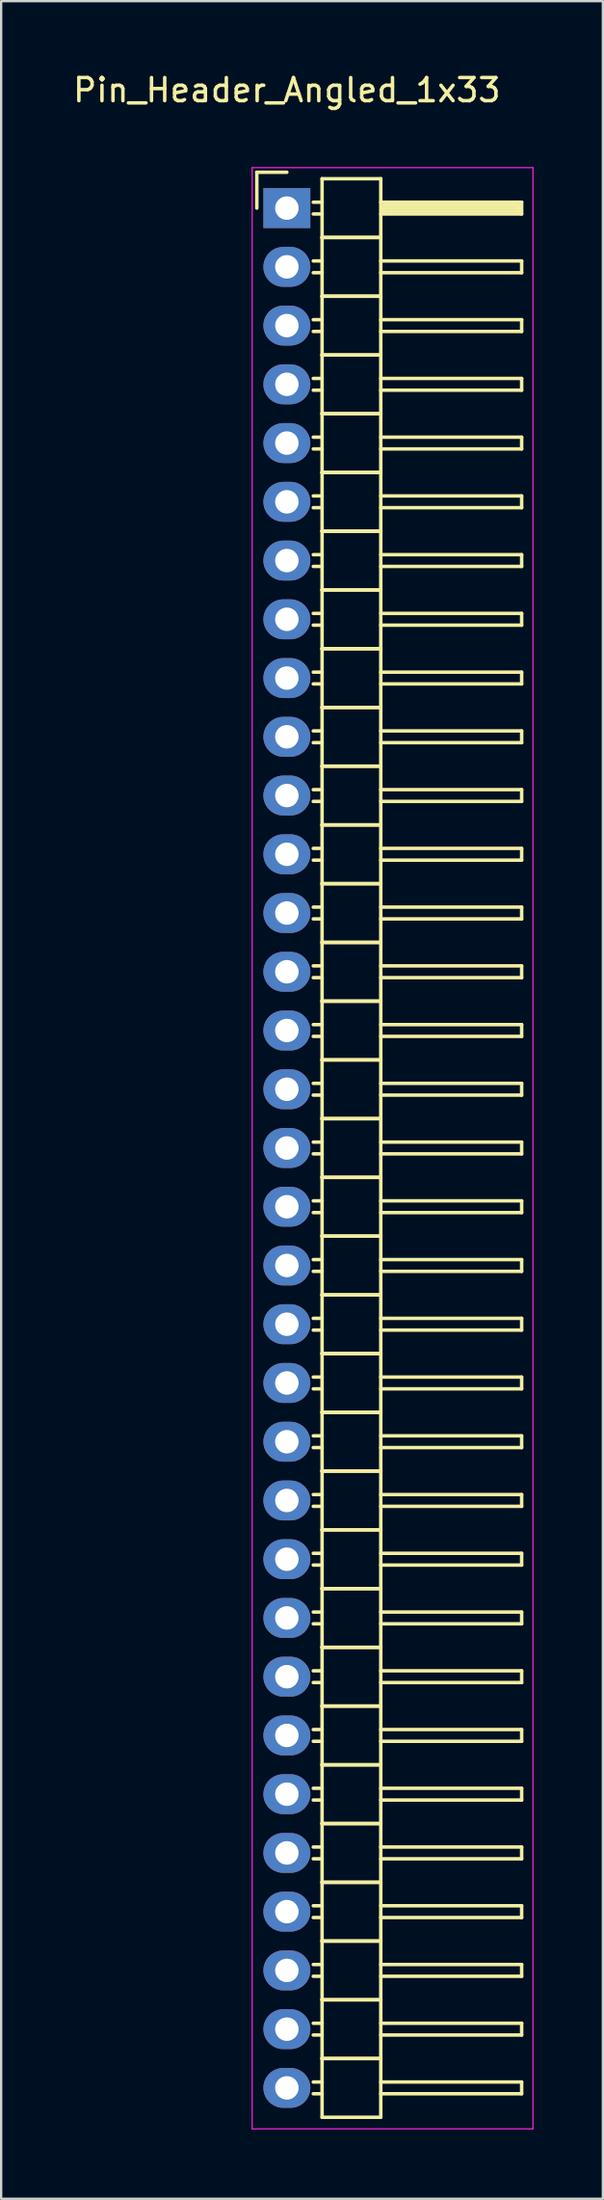
<source format=kicad_pcb>
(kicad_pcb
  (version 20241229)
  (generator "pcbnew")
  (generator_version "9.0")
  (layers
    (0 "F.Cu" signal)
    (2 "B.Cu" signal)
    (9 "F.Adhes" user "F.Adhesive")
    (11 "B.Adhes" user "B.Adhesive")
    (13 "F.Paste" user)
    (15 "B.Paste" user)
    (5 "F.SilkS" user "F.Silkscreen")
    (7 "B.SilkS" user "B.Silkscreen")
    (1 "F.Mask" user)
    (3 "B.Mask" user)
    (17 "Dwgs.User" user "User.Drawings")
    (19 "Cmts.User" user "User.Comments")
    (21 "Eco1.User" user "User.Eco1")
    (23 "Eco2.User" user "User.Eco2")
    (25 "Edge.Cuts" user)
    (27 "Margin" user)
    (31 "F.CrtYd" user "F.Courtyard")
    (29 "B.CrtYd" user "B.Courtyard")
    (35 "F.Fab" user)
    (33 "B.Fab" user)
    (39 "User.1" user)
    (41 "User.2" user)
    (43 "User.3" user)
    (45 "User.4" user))
  (footprint "Pin_Header_Angled_1x33"
    (layer "F.Cu")
    (at 9.363 5.948)
    (property "Reference" "Pin_Header_Angled_1x33" (at 0 -5.1 0) (layer "F.SilkS") (effects (font (size 1 1) (thickness 0.15))))
    (attr through_hole)
    (fp_line (start -1.3 -1.55) (end -1.3 0) (stroke (width 0.15) (type solid)) (layer "F.SilkS"))
    (fp_line (start 0 -1.55) (end -1.3 -1.55) (stroke (width 0.15) (type solid)) (layer "F.SilkS"))
    (fp_line (start 1.524 -1.27) (end 1.524 1.27) (stroke (width 0.15) (type solid)) (layer "F.SilkS"))
    (fp_line (start 1.524 -1.27) (end 4.064 -1.27) (stroke (width 0.15) (type solid)) (layer "F.SilkS"))
    (fp_line (start 1.524 -0.254) (end 1.143 -0.254) (stroke (width 0.15) (type solid)) (layer "F.SilkS"))
    (fp_line (start 1.524 0.254) (end 1.143 0.254) (stroke (width 0.15) (type solid)) (layer "F.SilkS"))
    (fp_line (start 1.524 1.27) (end 1.524 3.81) (stroke (width 0.15) (type solid)) (layer "F.SilkS"))
    (fp_line (start 1.524 1.27) (end 4.064 1.27) (stroke (width 0.15) (type solid)) (layer "F.SilkS"))
    (fp_line (start 1.524 1.27) (end 4.064 1.27) (stroke (width 0.15) (type solid)) (layer "F.SilkS"))
    (fp_line (start 1.524 2.286) (end 1.143 2.286) (stroke (width 0.15) (type solid)) (layer "F.SilkS"))
    (fp_line (start 1.524 2.794) (end 1.143 2.794) (stroke (width 0.15) (type solid)) (layer "F.SilkS"))
    (fp_line (start 1.524 3.81) (end 1.524 6.35) (stroke (width 0.15) (type solid)) (layer "F.SilkS"))
    (fp_line (start 1.524 3.81) (end 4.064 3.81) (stroke (width 0.15) (type solid)) (layer "F.SilkS"))
    (fp_line (start 1.524 3.81) (end 4.064 3.81) (stroke (width 0.15) (type solid)) (layer "F.SilkS"))
    (fp_line (start 1.524 4.826) (end 1.143 4.826) (stroke (width 0.15) (type solid)) (layer "F.SilkS"))
    (fp_line (start 1.524 5.334) (end 1.143 5.334) (stroke (width 0.15) (type solid)) (layer "F.SilkS"))
    (fp_line (start 1.524 6.35) (end 1.524 8.89) (stroke (width 0.15) (type solid)) (layer "F.SilkS"))
    (fp_line (start 1.524 6.35) (end 4.064 6.35) (stroke (width 0.15) (type solid)) (layer "F.SilkS"))
    (fp_line (start 1.524 6.35) (end 4.064 6.35) (stroke (width 0.15) (type solid)) (layer "F.SilkS"))
    (fp_line (start 1.524 7.366) (end 1.143 7.366) (stroke (width 0.15) (type solid)) (layer "F.SilkS"))
    (fp_line (start 1.524 7.874) (end 1.143 7.874) (stroke (width 0.15) (type solid)) (layer "F.SilkS"))
    (fp_line (start 1.524 8.89) (end 1.524 11.43) (stroke (width 0.15) (type solid)) (layer "F.SilkS"))
    (fp_line (start 1.524 8.89) (end 4.064 8.89) (stroke (width 0.15) (type solid)) (layer "F.SilkS"))
    (fp_line (start 1.524 8.89) (end 4.064 8.89) (stroke (width 0.15) (type solid)) (layer "F.SilkS"))
    (fp_line (start 1.524 9.906) (end 1.143 9.906) (stroke (width 0.15) (type solid)) (layer "F.SilkS"))
    (fp_line (start 1.524 10.414) (end 1.143 10.414) (stroke (width 0.15) (type solid)) (layer "F.SilkS"))
    (fp_line (start 1.524 11.43) (end 1.524 13.97) (stroke (width 0.15) (type solid)) (layer "F.SilkS"))
    (fp_line (start 1.524 11.43) (end 4.064 11.43) (stroke (width 0.15) (type solid)) (layer "F.SilkS"))
    (fp_line (start 1.524 11.43) (end 4.064 11.43) (stroke (width 0.15) (type solid)) (layer "F.SilkS"))
    (fp_line (start 1.524 12.446) (end 1.143 12.446) (stroke (width 0.15) (type solid)) (layer "F.SilkS"))
    (fp_line (start 1.524 12.954) (end 1.143 12.954) (stroke (width 0.15) (type solid)) (layer "F.SilkS"))
    (fp_line (start 1.524 13.97) (end 1.524 16.51) (stroke (width 0.15) (type solid)) (layer "F.SilkS"))
    (fp_line (start 1.524 13.97) (end 4.064 13.97) (stroke (width 0.15) (type solid)) (layer "F.SilkS"))
    (fp_line (start 1.524 13.97) (end 4.064 13.97) (stroke (width 0.15) (type solid)) (layer "F.SilkS"))
    (fp_line (start 1.524 14.986) (end 1.143 14.986) (stroke (width 0.15) (type solid)) (layer "F.SilkS"))
    (fp_line (start 1.524 15.494) (end 1.143 15.494) (stroke (width 0.15) (type solid)) (layer "F.SilkS"))
    (fp_line (start 1.524 16.51) (end 1.524 19.05) (stroke (width 0.15) (type solid)) (layer "F.SilkS"))
    (fp_line (start 1.524 16.51) (end 4.064 16.51) (stroke (width 0.15) (type solid)) (layer "F.SilkS"))
    (fp_line (start 1.524 16.51) (end 4.064 16.51) (stroke (width 0.15) (type solid)) (layer "F.SilkS"))
    (fp_line (start 1.524 17.526) (end 1.143 17.526) (stroke (width 0.15) (type solid)) (layer "F.SilkS"))
    (fp_line (start 1.524 18.034) (end 1.143 18.034) (stroke (width 0.15) (type solid)) (layer "F.SilkS"))
    (fp_line (start 1.524 19.05) (end 1.524 21.59) (stroke (width 0.15) (type solid)) (layer "F.SilkS"))
    (fp_line (start 1.524 19.05) (end 4.064 19.05) (stroke (width 0.15) (type solid)) (layer "F.SilkS"))
    (fp_line (start 1.524 19.05) (end 4.064 19.05) (stroke (width 0.15) (type solid)) (layer "F.SilkS"))
    (fp_line (start 1.524 20.066) (end 1.143 20.066) (stroke (width 0.15) (type solid)) (layer "F.SilkS"))
    (fp_line (start 1.524 20.574) (end 1.143 20.574) (stroke (width 0.15) (type solid)) (layer "F.SilkS"))
    (fp_line (start 1.524 21.59) (end 1.524 24.13) (stroke (width 0.15) (type solid)) (layer "F.SilkS"))
    (fp_line (start 1.524 21.59) (end 4.064 21.59) (stroke (width 0.15) (type solid)) (layer "F.SilkS"))
    (fp_line (start 1.524 21.59) (end 4.064 21.59) (stroke (width 0.15) (type solid)) (layer "F.SilkS"))
    (fp_line (start 1.524 22.606) (end 1.143 22.606) (stroke (width 0.15) (type solid)) (layer "F.SilkS"))
    (fp_line (start 1.524 23.114) (end 1.143 23.114) (stroke (width 0.15) (type solid)) (layer "F.SilkS"))
    (fp_line (start 1.524 24.13) (end 1.524 26.67) (stroke (width 0.15) (type solid)) (layer "F.SilkS"))
    (fp_line (start 1.524 24.13) (end 4.064 24.13) (stroke (width 0.15) (type solid)) (layer "F.SilkS"))
    (fp_line (start 1.524 24.13) (end 4.064 24.13) (stroke (width 0.15) (type solid)) (layer "F.SilkS"))
    (fp_line (start 1.524 25.146) (end 1.143 25.146) (stroke (width 0.15) (type solid)) (layer "F.SilkS"))
    (fp_line (start 1.524 25.654) (end 1.143 25.654) (stroke (width 0.15) (type solid)) (layer "F.SilkS"))
    (fp_line (start 1.524 26.67) (end 1.524 29.21) (stroke (width 0.15) (type solid)) (layer "F.SilkS"))
    (fp_line (start 1.524 26.67) (end 4.064 26.67) (stroke (width 0.15) (type solid)) (layer "F.SilkS"))
    (fp_line (start 1.524 26.67) (end 4.064 26.67) (stroke (width 0.15) (type solid)) (layer "F.SilkS"))
    (fp_line (start 1.524 27.686) (end 1.143 27.686) (stroke (width 0.15) (type solid)) (layer "F.SilkS"))
    (fp_line (start 1.524 28.194) (end 1.143 28.194) (stroke (width 0.15) (type solid)) (layer "F.SilkS"))
    (fp_line (start 1.524 29.21) (end 1.524 31.75) (stroke (width 0.15) (type solid)) (layer "F.SilkS"))
    (fp_line (start 1.524 29.21) (end 4.064 29.21) (stroke (width 0.15) (type solid)) (layer "F.SilkS"))
    (fp_line (start 1.524 29.21) (end 4.064 29.21) (stroke (width 0.15) (type solid)) (layer "F.SilkS"))
    (fp_line (start 1.524 30.226) (end 1.143 30.226) (stroke (width 0.15) (type solid)) (layer "F.SilkS"))
    (fp_line (start 1.524 30.734) (end 1.143 30.734) (stroke (width 0.15) (type solid)) (layer "F.SilkS"))
    (fp_line (start 1.524 31.75) (end 1.524 34.29) (stroke (width 0.15) (type solid)) (layer "F.SilkS"))
    (fp_line (start 1.524 31.75) (end 4.064 31.75) (stroke (width 0.15) (type solid)) (layer "F.SilkS"))
    (fp_line (start 1.524 31.75) (end 4.064 31.75) (stroke (width 0.15) (type solid)) (layer "F.SilkS"))
    (fp_line (start 1.524 32.766) (end 1.143 32.766) (stroke (width 0.15) (type solid)) (layer "F.SilkS"))
    (fp_line (start 1.524 33.274) (end 1.143 33.274) (stroke (width 0.15) (type solid)) (layer "F.SilkS"))
    (fp_line (start 1.524 34.29) (end 1.524 36.83) (stroke (width 0.15) (type solid)) (layer "F.SilkS"))
    (fp_line (start 1.524 34.29) (end 4.064 34.29) (stroke (width 0.15) (type solid)) (layer "F.SilkS"))
    (fp_line (start 1.524 34.29) (end 4.064 34.29) (stroke (width 0.15) (type solid)) (layer "F.SilkS"))
    (fp_line (start 1.524 35.306) (end 1.143 35.306) (stroke (width 0.15) (type solid)) (layer "F.SilkS"))
    (fp_line (start 1.524 35.814) (end 1.143 35.814) (stroke (width 0.15) (type solid)) (layer "F.SilkS"))
    (fp_line (start 1.524 36.83) (end 1.524 39.37) (stroke (width 0.15) (type solid)) (layer "F.SilkS"))
    (fp_line (start 1.524 36.83) (end 4.064 36.83) (stroke (width 0.15) (type solid)) (layer "F.SilkS"))
    (fp_line (start 1.524 36.83) (end 4.064 36.83) (stroke (width 0.15) (type solid)) (layer "F.SilkS"))
    (fp_line (start 1.524 37.846) (end 1.143 37.846) (stroke (width 0.15) (type solid)) (layer "F.SilkS"))
    (fp_line (start 1.524 38.354) (end 1.143 38.354) (stroke (width 0.15) (type solid)) (layer "F.SilkS"))
    (fp_line (start 1.524 39.37) (end 1.524 41.91) (stroke (width 0.15) (type solid)) (layer "F.SilkS"))
    (fp_line (start 1.524 39.37) (end 4.064 39.37) (stroke (width 0.15) (type solid)) (layer "F.SilkS"))
    (fp_line (start 1.524 39.37) (end 4.064 39.37) (stroke (width 0.15) (type solid)) (layer "F.SilkS"))
    (fp_line (start 1.524 40.386) (end 1.143 40.386) (stroke (width 0.15) (type solid)) (layer "F.SilkS"))
    (fp_line (start 1.524 40.894) (end 1.143 40.894) (stroke (width 0.15) (type solid)) (layer "F.SilkS"))
    (fp_line (start 1.524 41.91) (end 1.524 44.45) (stroke (width 0.15) (type solid)) (layer "F.SilkS"))
    (fp_line (start 1.524 41.91) (end 4.064 41.91) (stroke (width 0.15) (type solid)) (layer "F.SilkS"))
    (fp_line (start 1.524 41.91) (end 4.064 41.91) (stroke (width 0.15) (type solid)) (layer "F.SilkS"))
    (fp_line (start 1.524 42.926) (end 1.143 42.926) (stroke (width 0.15) (type solid)) (layer "F.SilkS"))
    (fp_line (start 1.524 43.434) (end 1.143 43.434) (stroke (width 0.15) (type solid)) (layer "F.SilkS"))
    (fp_line (start 1.524 44.45) (end 1.524 46.99) (stroke (width 0.15) (type solid)) (layer "F.SilkS"))
    (fp_line (start 1.524 44.45) (end 4.064 44.45) (stroke (width 0.15) (type solid)) (layer "F.SilkS"))
    (fp_line (start 1.524 44.45) (end 4.064 44.45) (stroke (width 0.15) (type solid)) (layer "F.SilkS"))
    (fp_line (start 1.524 45.466) (end 1.143 45.466) (stroke (width 0.15) (type solid)) (layer "F.SilkS"))
    (fp_line (start 1.524 45.974) (end 1.143 45.974) (stroke (width 0.15) (type solid)) (layer "F.SilkS"))
    (fp_line (start 1.524 46.99) (end 1.524 49.53) (stroke (width 0.15) (type solid)) (layer "F.SilkS"))
    (fp_line (start 1.524 46.99) (end 4.064 46.99) (stroke (width 0.15) (type solid)) (layer "F.SilkS"))
    (fp_line (start 1.524 46.99) (end 4.064 46.99) (stroke (width 0.15) (type solid)) (layer "F.SilkS"))
    (fp_line (start 1.524 48.006) (end 1.143 48.006) (stroke (width 0.15) (type solid)) (layer "F.SilkS"))
    (fp_line (start 1.524 48.514) (end 1.143 48.514) (stroke (width 0.15) (type solid)) (layer "F.SilkS"))
    (fp_line (start 1.524 49.53) (end 1.524 52.07) (stroke (width 0.15) (type solid)) (layer "F.SilkS"))
    (fp_line (start 1.524 49.53) (end 4.064 49.53) (stroke (width 0.15) (type solid)) (layer "F.SilkS"))
    (fp_line (start 1.524 49.53) (end 4.064 49.53) (stroke (width 0.15) (type solid)) (layer "F.SilkS"))
    (fp_line (start 1.524 50.546) (end 1.143 50.546) (stroke (width 0.15) (type solid)) (layer "F.SilkS"))
    (fp_line (start 1.524 51.054) (end 1.143 51.054) (stroke (width 0.15) (type solid)) (layer "F.SilkS"))
    (fp_line (start 1.524 52.07) (end 1.524 54.61) (stroke (width 0.15) (type solid)) (layer "F.SilkS"))
    (fp_line (start 1.524 52.07) (end 4.064 52.07) (stroke (width 0.15) (type solid)) (layer "F.SilkS"))
    (fp_line (start 1.524 52.07) (end 4.064 52.07) (stroke (width 0.15) (type solid)) (layer "F.SilkS"))
    (fp_line (start 1.524 53.086) (end 1.143 53.086) (stroke (width 0.15) (type solid)) (layer "F.SilkS"))
    (fp_line (start 1.524 53.594) (end 1.143 53.594) (stroke (width 0.15) (type solid)) (layer "F.SilkS"))
    (fp_line (start 1.524 54.61) (end 1.524 57.15) (stroke (width 0.15) (type solid)) (layer "F.SilkS"))
    (fp_line (start 1.524 54.61) (end 4.064 54.61) (stroke (width 0.15) (type solid)) (layer "F.SilkS"))
    (fp_line (start 1.524 54.61) (end 4.064 54.61) (stroke (width 0.15) (type solid)) (layer "F.SilkS"))
    (fp_line (start 1.524 55.626) (end 1.143 55.626) (stroke (width 0.15) (type solid)) (layer "F.SilkS"))
    (fp_line (start 1.524 56.134) (end 1.143 56.134) (stroke (width 0.15) (type solid)) (layer "F.SilkS"))
    (fp_line (start 1.524 57.15) (end 1.524 59.69) (stroke (width 0.15) (type solid)) (layer "F.SilkS"))
    (fp_line (start 1.524 57.15) (end 4.064 57.15) (stroke (width 0.15) (type solid)) (layer "F.SilkS"))
    (fp_line (start 1.524 57.15) (end 4.064 57.15) (stroke (width 0.15) (type solid)) (layer "F.SilkS"))
    (fp_line (start 1.524 58.166) (end 1.143 58.166) (stroke (width 0.15) (type solid)) (layer "F.SilkS"))
    (fp_line (start 1.524 58.674) (end 1.143 58.674) (stroke (width 0.15) (type solid)) (layer "F.SilkS"))
    (fp_line (start 1.524 59.69) (end 1.524 62.23) (stroke (width 0.15) (type solid)) (layer "F.SilkS"))
    (fp_line (start 1.524 59.69) (end 4.064 59.69) (stroke (width 0.15) (type solid)) (layer "F.SilkS"))
    (fp_line (start 1.524 59.69) (end 4.064 59.69) (stroke (width 0.15) (type solid)) (layer "F.SilkS"))
    (fp_line (start 1.524 60.706) (end 1.143 60.706) (stroke (width 0.15) (type solid)) (layer "F.SilkS"))
    (fp_line (start 1.524 61.214) (end 1.143 61.214) (stroke (width 0.15) (type solid)) (layer "F.SilkS"))
    (fp_line (start 1.524 62.23) (end 1.524 64.77) (stroke (width 0.15) (type solid)) (layer "F.SilkS"))
    (fp_line (start 1.524 62.23) (end 4.064 62.23) (stroke (width 0.15) (type solid)) (layer "F.SilkS"))
    (fp_line (start 1.524 62.23) (end 4.064 62.23) (stroke (width 0.15) (type solid)) (layer "F.SilkS"))
    (fp_line (start 1.524 63.246) (end 1.143 63.246) (stroke (width 0.15) (type solid)) (layer "F.SilkS"))
    (fp_line (start 1.524 63.754) (end 1.143 63.754) (stroke (width 0.15) (type solid)) (layer "F.SilkS"))
    (fp_line (start 1.524 64.77) (end 1.524 67.31) (stroke (width 0.15) (type solid)) (layer "F.SilkS"))
    (fp_line (start 1.524 64.77) (end 4.064 64.77) (stroke (width 0.15) (type solid)) (layer "F.SilkS"))
    (fp_line (start 1.524 64.77) (end 4.064 64.77) (stroke (width 0.15) (type solid)) (layer "F.SilkS"))
    (fp_line (start 1.524 65.786) (end 1.143 65.786) (stroke (width 0.15) (type solid)) (layer "F.SilkS"))
    (fp_line (start 1.524 66.294) (end 1.143 66.294) (stroke (width 0.15) (type solid)) (layer "F.SilkS"))
    (fp_line (start 1.524 67.31) (end 1.524 69.85) (stroke (width 0.15) (type solid)) (layer "F.SilkS"))
    (fp_line (start 1.524 67.31) (end 4.064 67.31) (stroke (width 0.15) (type solid)) (layer "F.SilkS"))
    (fp_line (start 1.524 67.31) (end 4.064 67.31) (stroke (width 0.15) (type solid)) (layer "F.SilkS"))
    (fp_line (start 1.524 68.326) (end 1.143 68.326) (stroke (width 0.15) (type solid)) (layer "F.SilkS"))
    (fp_line (start 1.524 68.834) (end 1.143 68.834) (stroke (width 0.15) (type solid)) (layer "F.SilkS"))
    (fp_line (start 1.524 69.85) (end 1.524 72.39) (stroke (width 0.15) (type solid)) (layer "F.SilkS"))
    (fp_line (start 1.524 69.85) (end 4.064 69.85) (stroke (width 0.15) (type solid)) (layer "F.SilkS"))
    (fp_line (start 1.524 69.85) (end 4.064 69.85) (stroke (width 0.15) (type solid)) (layer "F.SilkS"))
    (fp_line (start 1.524 70.866) (end 1.143 70.866) (stroke (width 0.15) (type solid)) (layer "F.SilkS"))
    (fp_line (start 1.524 71.374) (end 1.143 71.374) (stroke (width 0.15) (type solid)) (layer "F.SilkS"))
    (fp_line (start 1.524 72.39) (end 1.524 74.93) (stroke (width 0.15) (type solid)) (layer "F.SilkS"))
    (fp_line (start 1.524 72.39) (end 4.064 72.39) (stroke (width 0.15) (type solid)) (layer "F.SilkS"))
    (fp_line (start 1.524 72.39) (end 4.064 72.39) (stroke (width 0.15) (type solid)) (layer "F.SilkS"))
    (fp_line (start 1.524 73.406) (end 1.143 73.406) (stroke (width 0.15) (type solid)) (layer "F.SilkS"))
    (fp_line (start 1.524 73.914) (end 1.143 73.914) (stroke (width 0.15) (type solid)) (layer "F.SilkS"))
    (fp_line (start 1.524 74.93) (end 1.524 77.47) (stroke (width 0.15) (type solid)) (layer "F.SilkS"))
    (fp_line (start 1.524 74.93) (end 4.064 74.93) (stroke (width 0.15) (type solid)) (layer "F.SilkS"))
    (fp_line (start 1.524 74.93) (end 4.064 74.93) (stroke (width 0.15) (type solid)) (layer "F.SilkS"))
    (fp_line (start 1.524 75.946) (end 1.143 75.946) (stroke (width 0.15) (type solid)) (layer "F.SilkS"))
    (fp_line (start 1.524 76.454) (end 1.143 76.454) (stroke (width 0.15) (type solid)) (layer "F.SilkS"))
    (fp_line (start 1.524 77.47) (end 1.524 80.01) (stroke (width 0.15) (type solid)) (layer "F.SilkS"))
    (fp_line (start 1.524 77.47) (end 4.064 77.47) (stroke (width 0.15) (type solid)) (layer "F.SilkS"))
    (fp_line (start 1.524 77.47) (end 4.064 77.47) (stroke (width 0.15) (type solid)) (layer "F.SilkS"))
    (fp_line (start 1.524 78.486) (end 1.143 78.486) (stroke (width 0.15) (type solid)) (layer "F.SilkS"))
    (fp_line (start 1.524 78.994) (end 1.143 78.994) (stroke (width 0.15) (type solid)) (layer "F.SilkS"))
    (fp_line (start 1.524 80.01) (end 1.524 82.55) (stroke (width 0.15) (type solid)) (layer "F.SilkS"))
    (fp_line (start 1.524 80.01) (end 4.064 80.01) (stroke (width 0.15) (type solid)) (layer "F.SilkS"))
    (fp_line (start 1.524 80.01) (end 4.064 80.01) (stroke (width 0.15) (type solid)) (layer "F.SilkS"))
    (fp_line (start 1.524 81.026) (end 1.143 81.026) (stroke (width 0.15) (type solid)) (layer "F.SilkS"))
    (fp_line (start 1.524 81.534) (end 1.143 81.534) (stroke (width 0.15) (type solid)) (layer "F.SilkS"))
    (fp_line (start 1.524 82.55) (end 4.064 82.55) (stroke (width 0.15) (type solid)) (layer "F.SilkS"))
    (fp_line (start 4.064 -0.254) (end 10.16 -0.254) (stroke (width 0.15) (type solid)) (layer "F.SilkS"))
    (fp_line (start 4.064 1.27) (end 4.064 -1.27) (stroke (width 0.15) (type solid)) (layer "F.SilkS"))
    (fp_line (start 4.064 2.286) (end 10.16 2.286) (stroke (width 0.15) (type solid)) (layer "F.SilkS"))
    (fp_line (start 4.064 3.81) (end 4.064 1.27) (stroke (width 0.15) (type solid)) (layer "F.SilkS"))
    (fp_line (start 4.064 4.826) (end 10.16 4.826) (stroke (width 0.15) (type solid)) (layer "F.SilkS"))
    (fp_line (start 4.064 6.35) (end 4.064 3.81) (stroke (width 0.15) (type solid)) (layer "F.SilkS"))
    (fp_line (start 4.064 7.366) (end 10.16 7.366) (stroke (width 0.15) (type solid)) (layer "F.SilkS"))
    (fp_line (start 4.064 8.89) (end 4.064 6.35) (stroke (width 0.15) (type solid)) (layer "F.SilkS"))
    (fp_line (start 4.064 9.906) (end 10.16 9.906) (stroke (width 0.15) (type solid)) (layer "F.SilkS"))
    (fp_line (start 4.064 11.43) (end 4.064 8.89) (stroke (width 0.15) (type solid)) (layer "F.SilkS"))
    (fp_line (start 4.064 12.446) (end 10.16 12.446) (stroke (width 0.15) (type solid)) (layer "F.SilkS"))
    (fp_line (start 4.064 13.97) (end 4.064 11.43) (stroke (width 0.15) (type solid)) (layer "F.SilkS"))
    (fp_line (start 4.064 14.986) (end 10.16 14.986) (stroke (width 0.15) (type solid)) (layer "F.SilkS"))
    (fp_line (start 4.064 16.51) (end 4.064 13.97) (stroke (width 0.15) (type solid)) (layer "F.SilkS"))
    (fp_line (start 4.064 17.526) (end 10.16 17.526) (stroke (width 0.15) (type solid)) (layer "F.SilkS"))
    (fp_line (start 4.064 19.05) (end 4.064 16.51) (stroke (width 0.15) (type solid)) (layer "F.SilkS"))
    (fp_line (start 4.064 20.066) (end 10.16 20.066) (stroke (width 0.15) (type solid)) (layer "F.SilkS"))
    (fp_line (start 4.064 21.59) (end 4.064 19.05) (stroke (width 0.15) (type solid)) (layer "F.SilkS"))
    (fp_line (start 4.064 22.606) (end 10.16 22.606) (stroke (width 0.15) (type solid)) (layer "F.SilkS"))
    (fp_line (start 4.064 24.13) (end 4.064 21.59) (stroke (width 0.15) (type solid)) (layer "F.SilkS"))
    (fp_line (start 4.064 25.146) (end 10.16 25.146) (stroke (width 0.15) (type solid)) (layer "F.SilkS"))
    (fp_line (start 4.064 26.67) (end 4.064 24.13) (stroke (width 0.15) (type solid)) (layer "F.SilkS"))
    (fp_line (start 4.064 27.686) (end 10.16 27.686) (stroke (width 0.15) (type solid)) (layer "F.SilkS"))
    (fp_line (start 4.064 29.21) (end 4.064 26.67) (stroke (width 0.15) (type solid)) (layer "F.SilkS"))
    (fp_line (start 4.064 30.226) (end 10.16 30.226) (stroke (width 0.15) (type solid)) (layer "F.SilkS"))
    (fp_line (start 4.064 31.75) (end 4.064 29.21) (stroke (width 0.15) (type solid)) (layer "F.SilkS"))
    (fp_line (start 4.064 32.766) (end 10.16 32.766) (stroke (width 0.15) (type solid)) (layer "F.SilkS"))
    (fp_line (start 4.064 34.29) (end 4.064 31.75) (stroke (width 0.15) (type solid)) (layer "F.SilkS"))
    (fp_line (start 4.064 35.306) (end 10.16 35.306) (stroke (width 0.15) (type solid)) (layer "F.SilkS"))
    (fp_line (start 4.064 36.83) (end 4.064 34.29) (stroke (width 0.15) (type solid)) (layer "F.SilkS"))
    (fp_line (start 4.064 37.846) (end 10.16 37.846) (stroke (width 0.15) (type solid)) (layer "F.SilkS"))
    (fp_line (start 4.064 39.37) (end 4.064 36.83) (stroke (width 0.15) (type solid)) (layer "F.SilkS"))
    (fp_line (start 4.064 40.386) (end 10.16 40.386) (stroke (width 0.15) (type solid)) (layer "F.SilkS"))
    (fp_line (start 4.064 41.91) (end 4.064 39.37) (stroke (width 0.15) (type solid)) (layer "F.SilkS"))
    (fp_line (start 4.064 42.926) (end 10.16 42.926) (stroke (width 0.15) (type solid)) (layer "F.SilkS"))
    (fp_line (start 4.064 44.45) (end 4.064 41.91) (stroke (width 0.15) (type solid)) (layer "F.SilkS"))
    (fp_line (start 4.064 45.466) (end 10.16 45.466) (stroke (width 0.15) (type solid)) (layer "F.SilkS"))
    (fp_line (start 4.064 46.99) (end 4.064 44.45) (stroke (width 0.15) (type solid)) (layer "F.SilkS"))
    (fp_line (start 4.064 48.006) (end 10.16 48.006) (stroke (width 0.15) (type solid)) (layer "F.SilkS"))
    (fp_line (start 4.064 49.53) (end 4.064 46.99) (stroke (width 0.15) (type solid)) (layer "F.SilkS"))
    (fp_line (start 4.064 50.546) (end 10.16 50.546) (stroke (width 0.15) (type solid)) (layer "F.SilkS"))
    (fp_line (start 4.064 52.07) (end 4.064 49.53) (stroke (width 0.15) (type solid)) (layer "F.SilkS"))
    (fp_line (start 4.064 53.086) (end 10.16 53.086) (stroke (width 0.15) (type solid)) (layer "F.SilkS"))
    (fp_line (start 4.064 54.61) (end 4.064 52.07) (stroke (width 0.15) (type solid)) (layer "F.SilkS"))
    (fp_line (start 4.064 55.626) (end 10.16 55.626) (stroke (width 0.15) (type solid)) (layer "F.SilkS"))
    (fp_line (start 4.064 57.15) (end 4.064 54.61) (stroke (width 0.15) (type solid)) (layer "F.SilkS"))
    (fp_line (start 4.064 58.166) (end 10.16 58.166) (stroke (width 0.15) (type solid)) (layer "F.SilkS"))
    (fp_line (start 4.064 59.69) (end 4.064 57.15) (stroke (width 0.15) (type solid)) (layer "F.SilkS"))
    (fp_line (start 4.064 60.706) (end 10.16 60.706) (stroke (width 0.15) (type solid)) (layer "F.SilkS"))
    (fp_line (start 4.064 62.23) (end 4.064 59.69) (stroke (width 0.15) (type solid)) (layer "F.SilkS"))
    (fp_line (start 4.064 63.246) (end 10.16 63.246) (stroke (width 0.15) (type solid)) (layer "F.SilkS"))
    (fp_line (start 4.064 64.77) (end 4.064 62.23) (stroke (width 0.15) (type solid)) (layer "F.SilkS"))
    (fp_line (start 4.064 65.786) (end 10.16 65.786) (stroke (width 0.15) (type solid)) (layer "F.SilkS"))
    (fp_line (start 4.064 67.31) (end 4.064 64.77) (stroke (width 0.15) (type solid)) (layer "F.SilkS"))
    (fp_line (start 4.064 68.326) (end 10.16 68.326) (stroke (width 0.15) (type solid)) (layer "F.SilkS"))
    (fp_line (start 4.064 69.85) (end 4.064 67.31) (stroke (width 0.15) (type solid)) (layer "F.SilkS"))
    (fp_line (start 4.064 70.866) (end 10.16 70.866) (stroke (width 0.15) (type solid)) (layer "F.SilkS"))
    (fp_line (start 4.064 72.39) (end 4.064 69.85) (stroke (width 0.15) (type solid)) (layer "F.SilkS"))
    (fp_line (start 4.064 73.406) (end 10.16 73.406) (stroke (width 0.15) (type solid)) (layer "F.SilkS"))
    (fp_line (start 4.064 74.93) (end 4.064 72.39) (stroke (width 0.15) (type solid)) (layer "F.SilkS"))
    (fp_line (start 4.064 75.946) (end 10.16 75.946) (stroke (width 0.15) (type solid)) (layer "F.SilkS"))
    (fp_line (start 4.064 77.47) (end 4.064 74.93) (stroke (width 0.15) (type solid)) (layer "F.SilkS"))
    (fp_line (start 4.064 78.486) (end 10.16 78.486) (stroke (width 0.15) (type solid)) (layer "F.SilkS"))
    (fp_line (start 4.064 80.01) (end 4.064 77.47) (stroke (width 0.15) (type solid)) (layer "F.SilkS"))
    (fp_line (start 4.064 81.026) (end 10.16 81.026) (stroke (width 0.15) (type solid)) (layer "F.SilkS"))
    (fp_line (start 4.064 82.55) (end 4.064 80.01) (stroke (width 0.15) (type solid)) (layer "F.SilkS"))
    (fp_line (start 4.191 -0.127) (end 10.033 -0.127) (stroke (width 0.15) (type solid)) (layer "F.SilkS"))
    (fp_line (start 4.191 0) (end 10.033 0) (stroke (width 0.15) (type solid)) (layer "F.SilkS"))
    (fp_line (start 4.191 0.127) (end 4.191 0) (stroke (width 0.15) (type solid)) (layer "F.SilkS"))
    (fp_line (start 10.033 -0.127) (end 10.033 0.127) (stroke (width 0.15) (type solid)) (layer "F.SilkS"))
    (fp_line (start 10.033 0.127) (end 4.191 0.127) (stroke (width 0.15) (type solid)) (layer "F.SilkS"))
    (fp_line (start 10.16 -0.254) (end 10.16 0.254) (stroke (width 0.15) (type solid)) (layer "F.SilkS"))
    (fp_line (start 10.16 0.254) (end 4.064 0.254) (stroke (width 0.15) (type solid)) (layer "F.SilkS"))
    (fp_line (start 10.16 2.286) (end 10.16 2.794) (stroke (width 0.15) (type solid)) (layer "F.SilkS"))
    (fp_line (start 10.16 2.794) (end 4.064 2.794) (stroke (width 0.15) (type solid)) (layer "F.SilkS"))
    (fp_line (start 10.16 4.826) (end 10.16 5.334) (stroke (width 0.15) (type solid)) (layer "F.SilkS"))
    (fp_line (start 10.16 5.334) (end 4.064 5.334) (stroke (width 0.15) (type solid)) (layer "F.SilkS"))
    (fp_line (start 10.16 7.366) (end 10.16 7.874) (stroke (width 0.15) (type solid)) (layer "F.SilkS"))
    (fp_line (start 10.16 7.874) (end 4.064 7.874) (stroke (width 0.15) (type solid)) (layer "F.SilkS"))
    (fp_line (start 10.16 9.906) (end 10.16 10.414) (stroke (width 0.15) (type solid)) (layer "F.SilkS"))
    (fp_line (start 10.16 10.414) (end 4.064 10.414) (stroke (width 0.15) (type solid)) (layer "F.SilkS"))
    (fp_line (start 10.16 12.446) (end 10.16 12.954) (stroke (width 0.15) (type solid)) (layer "F.SilkS"))
    (fp_line (start 10.16 12.954) (end 4.064 12.954) (stroke (width 0.15) (type solid)) (layer "F.SilkS"))
    (fp_line (start 10.16 14.986) (end 10.16 15.494) (stroke (width 0.15) (type solid)) (layer "F.SilkS"))
    (fp_line (start 10.16 15.494) (end 4.064 15.494) (stroke (width 0.15) (type solid)) (layer "F.SilkS"))
    (fp_line (start 10.16 17.526) (end 10.16 18.034) (stroke (width 0.15) (type solid)) (layer "F.SilkS"))
    (fp_line (start 10.16 18.034) (end 4.064 18.034) (stroke (width 0.15) (type solid)) (layer "F.SilkS"))
    (fp_line (start 10.16 20.066) (end 10.16 20.574) (stroke (width 0.15) (type solid)) (layer "F.SilkS"))
    (fp_line (start 10.16 20.574) (end 4.064 20.574) (stroke (width 0.15) (type solid)) (layer "F.SilkS"))
    (fp_line (start 10.16 22.606) (end 10.16 23.114) (stroke (width 0.15) (type solid)) (layer "F.SilkS"))
    (fp_line (start 10.16 23.114) (end 4.064 23.114) (stroke (width 0.15) (type solid)) (layer "F.SilkS"))
    (fp_line (start 10.16 25.146) (end 10.16 25.654) (stroke (width 0.15) (type solid)) (layer "F.SilkS"))
    (fp_line (start 10.16 25.654) (end 4.064 25.654) (stroke (width 0.15) (type solid)) (layer "F.SilkS"))
    (fp_line (start 10.16 27.686) (end 10.16 28.194) (stroke (width 0.15) (type solid)) (layer "F.SilkS"))
    (fp_line (start 10.16 28.194) (end 4.064 28.194) (stroke (width 0.15) (type solid)) (layer "F.SilkS"))
    (fp_line (start 10.16 30.226) (end 10.16 30.734) (stroke (width 0.15) (type solid)) (layer "F.SilkS"))
    (fp_line (start 10.16 30.734) (end 4.064 30.734) (stroke (width 0.15) (type solid)) (layer "F.SilkS"))
    (fp_line (start 10.16 32.766) (end 10.16 33.274) (stroke (width 0.15) (type solid)) (layer "F.SilkS"))
    (fp_line (start 10.16 33.274) (end 4.064 33.274) (stroke (width 0.15) (type solid)) (layer "F.SilkS"))
    (fp_line (start 10.16 35.306) (end 10.16 35.814) (stroke (width 0.15) (type solid)) (layer "F.SilkS"))
    (fp_line (start 10.16 35.814) (end 4.064 35.814) (stroke (width 0.15) (type solid)) (layer "F.SilkS"))
    (fp_line (start 10.16 37.846) (end 10.16 38.354) (stroke (width 0.15) (type solid)) (layer "F.SilkS"))
    (fp_line (start 10.16 38.354) (end 4.064 38.354) (stroke (width 0.15) (type solid)) (layer "F.SilkS"))
    (fp_line (start 10.16 40.386) (end 10.16 40.894) (stroke (width 0.15) (type solid)) (layer "F.SilkS"))
    (fp_line (start 10.16 40.894) (end 4.064 40.894) (stroke (width 0.15) (type solid)) (layer "F.SilkS"))
    (fp_line (start 10.16 42.926) (end 10.16 43.434) (stroke (width 0.15) (type solid)) (layer "F.SilkS"))
    (fp_line (start 10.16 43.434) (end 4.064 43.434) (stroke (width 0.15) (type solid)) (layer "F.SilkS"))
    (fp_line (start 10.16 45.466) (end 10.16 45.974) (stroke (width 0.15) (type solid)) (layer "F.SilkS"))
    (fp_line (start 10.16 45.974) (end 4.064 45.974) (stroke (width 0.15) (type solid)) (layer "F.SilkS"))
    (fp_line (start 10.16 48.006) (end 10.16 48.514) (stroke (width 0.15) (type solid)) (layer "F.SilkS"))
    (fp_line (start 10.16 48.514) (end 4.064 48.514) (stroke (width 0.15) (type solid)) (layer "F.SilkS"))
    (fp_line (start 10.16 50.546) (end 10.16 51.054) (stroke (width 0.15) (type solid)) (layer "F.SilkS"))
    (fp_line (start 10.16 51.054) (end 4.064 51.054) (stroke (width 0.15) (type solid)) (layer "F.SilkS"))
    (fp_line (start 10.16 53.086) (end 10.16 53.594) (stroke (width 0.15) (type solid)) (layer "F.SilkS"))
    (fp_line (start 10.16 53.594) (end 4.064 53.594) (stroke (width 0.15) (type solid)) (layer "F.SilkS"))
    (fp_line (start 10.16 55.626) (end 10.16 56.134) (stroke (width 0.15) (type solid)) (layer "F.SilkS"))
    (fp_line (start 10.16 56.134) (end 4.064 56.134) (stroke (width 0.15) (type solid)) (layer "F.SilkS"))
    (fp_line (start 10.16 58.166) (end 10.16 58.674) (stroke (width 0.15) (type solid)) (layer "F.SilkS"))
    (fp_line (start 10.16 58.674) (end 4.064 58.674) (stroke (width 0.15) (type solid)) (layer "F.SilkS"))
    (fp_line (start 10.16 60.706) (end 10.16 61.214) (stroke (width 0.15) (type solid)) (layer "F.SilkS"))
    (fp_line (start 10.16 61.214) (end 4.064 61.214) (stroke (width 0.15) (type solid)) (layer "F.SilkS"))
    (fp_line (start 10.16 63.246) (end 10.16 63.754) (stroke (width 0.15) (type solid)) (layer "F.SilkS"))
    (fp_line (start 10.16 63.754) (end 4.064 63.754) (stroke (width 0.15) (type solid)) (layer "F.SilkS"))
    (fp_line (start 10.16 65.786) (end 10.16 66.294) (stroke (width 0.15) (type solid)) (layer "F.SilkS"))
    (fp_line (start 10.16 66.294) (end 4.064 66.294) (stroke (width 0.15) (type solid)) (layer "F.SilkS"))
    (fp_line (start 10.16 68.326) (end 10.16 68.834) (stroke (width 0.15) (type solid)) (layer "F.SilkS"))
    (fp_line (start 10.16 68.834) (end 4.064 68.834) (stroke (width 0.15) (type solid)) (layer "F.SilkS"))
    (fp_line (start 10.16 70.866) (end 10.16 71.374) (stroke (width 0.15) (type solid)) (layer "F.SilkS"))
    (fp_line (start 10.16 71.374) (end 4.064 71.374) (stroke (width 0.15) (type solid)) (layer "F.SilkS"))
    (fp_line (start 10.16 73.406) (end 10.16 73.914) (stroke (width 0.15) (type solid)) (layer "F.SilkS"))
    (fp_line (start 10.16 73.914) (end 4.064 73.914) (stroke (width 0.15) (type solid)) (layer "F.SilkS"))
    (fp_line (start 10.16 75.946) (end 10.16 76.454) (stroke (width 0.15) (type solid)) (layer "F.SilkS"))
    (fp_line (start 10.16 76.454) (end 4.064 76.454) (stroke (width 0.15) (type solid)) (layer "F.SilkS"))
    (fp_line (start 10.16 78.486) (end 10.16 78.994) (stroke (width 0.15) (type solid)) (layer "F.SilkS"))
    (fp_line (start 10.16 78.994) (end 4.064 78.994) (stroke (width 0.15) (type solid)) (layer "F.SilkS"))
    (fp_line (start 10.16 81.026) (end 10.16 81.534) (stroke (width 0.15) (type solid)) (layer "F.SilkS"))
    (fp_line (start 10.16 81.534) (end 4.064 81.534) (stroke (width 0.15) (type solid)) (layer "F.SilkS"))
    (fp_line (start -1.5 -1.75) (end -1.5 83.05) (stroke (width 0.05) (type solid)) (layer "F.CrtYd"))
    (fp_line (start -1.5 -1.75) (end 10.65 -1.75) (stroke (width 0.05) (type solid)) (layer "F.CrtYd"))
    (fp_line (start -1.5 83.05) (end 10.65 83.05) (stroke (width 0.05) (type solid)) (layer "F.CrtYd"))
    (fp_line (start 10.65 -1.75) (end 10.65 83.05) (stroke (width 0.05) (type solid)) (layer "F.CrtYd"))
    (pad "1" thru_hole rect (at 0 0) (size 2.032 1.727) (drill 1.016) (layers "*.Cu" "*.Mask"))
    (pad "2" thru_hole oval (at 0 2.54) (size 2.032 1.727) (drill 1.016) (layers "*.Cu" "*.Mask"))
    (pad "3" thru_hole oval (at 0 5.08) (size 2.032 1.727) (drill 1.016) (layers "*.Cu" "*.Mask"))
    (pad "4" thru_hole oval (at 0 7.62) (size 2.032 1.727) (drill 1.016) (layers "*.Cu" "*.Mask"))
    (pad "5" thru_hole oval (at 0 10.16) (size 2.032 1.727) (drill 1.016) (layers "*.Cu" "*.Mask"))
    (pad "6" thru_hole oval (at 0 12.7) (size 2.032 1.727) (drill 1.016) (layers "*.Cu" "*.Mask"))
    (pad "7" thru_hole oval (at 0 15.24) (size 2.032 1.727) (drill 1.016) (layers "*.Cu" "*.Mask"))
    (pad "8" thru_hole oval (at 0 17.78) (size 2.032 1.727) (drill 1.016) (layers "*.Cu" "*.Mask"))
    (pad "9" thru_hole oval (at 0 20.32) (size 2.032 1.727) (drill 1.016) (layers "*.Cu" "*.Mask"))
    (pad "10" thru_hole oval (at 0 22.86) (size 2.032 1.727) (drill 1.016) (layers "*.Cu" "*.Mask"))
    (pad "11" thru_hole oval (at 0 25.4) (size 2.032 1.727) (drill 1.016) (layers "*.Cu" "*.Mask"))
    (pad "12" thru_hole oval (at 0 27.94) (size 2.032 1.727) (drill 1.016) (layers "*.Cu" "*.Mask"))
    (pad "13" thru_hole oval (at 0 30.48) (size 2.032 1.727) (drill 1.016) (layers "*.Cu" "*.Mask"))
    (pad "14" thru_hole oval (at 0 33.02) (size 2.032 1.727) (drill 1.016) (layers "*.Cu" "*.Mask"))
    (pad "15" thru_hole oval (at 0 35.56) (size 2.032 1.727) (drill 1.016) (layers "*.Cu" "*.Mask"))
    (pad "16" thru_hole oval (at 0 38.1) (size 2.032 1.727) (drill 1.016) (layers "*.Cu" "*.Mask"))
    (pad "17" thru_hole oval (at 0 40.64) (size 2.032 1.727) (drill 1.016) (layers "*.Cu" "*.Mask"))
    (pad "18" thru_hole oval (at 0 43.18) (size 2.032 1.727) (drill 1.016) (layers "*.Cu" "*.Mask"))
    (pad "19" thru_hole oval (at 0 45.72) (size 2.032 1.727) (drill 1.016) (layers "*.Cu" "*.Mask"))
    (pad "20" thru_hole oval (at 0 48.26) (size 2.032 1.727) (drill 1.016) (layers "*.Cu" "*.Mask"))
    (pad "21" thru_hole oval (at 0 50.8) (size 2.032 1.727) (drill 1.016) (layers "*.Cu" "*.Mask"))
    (pad "22" thru_hole oval (at 0 53.34) (size 2.032 1.727) (drill 1.016) (layers "*.Cu" "*.Mask"))
    (pad "23" thru_hole oval (at 0 55.88) (size 2.032 1.727) (drill 1.016) (layers "*.Cu" "*.Mask"))
    (pad "24" thru_hole oval (at 0 58.42) (size 2.032 1.727) (drill 1.016) (layers "*.Cu" "*.Mask"))
    (pad "25" thru_hole oval (at 0 60.96) (size 2.032 1.727) (drill 1.016) (layers "*.Cu" "*.Mask"))
    (pad "26" thru_hole oval (at 0 63.5) (size 2.032 1.727) (drill 1.016) (layers "*.Cu" "*.Mask"))
    (pad "27" thru_hole oval (at 0 66.04) (size 2.032 1.727) (drill 1.016) (layers "*.Cu" "*.Mask"))
    (pad "28" thru_hole oval (at 0 68.58) (size 2.032 1.727) (drill 1.016) (layers "*.Cu" "*.Mask"))
    (pad "29" thru_hole oval (at 0 71.12) (size 2.032 1.727) (drill 1.016) (layers "*.Cu" "*.Mask"))
    (pad "30" thru_hole oval (at 0 73.66) (size 2.032 1.727) (drill 1.016) (layers "*.Cu" "*.Mask"))
    (pad "31" thru_hole oval (at 0 76.2) (size 2.032 1.727) (drill 1.016) (layers "*.Cu" "*.Mask"))
    (pad "32" thru_hole oval (at 0 78.74) (size 2.032 1.727) (drill 1.016) (layers "*.Cu" "*.Mask"))
    (pad "33" thru_hole oval (at 0 81.28) (size 2.032 1.727) (drill 1.016) (layers "*.Cu" "*.Mask")))
  (gr_rect
    (start -3 -3)
    (end 23.038 92.023)
    (stroke (width 0.1) (type default))
    (fill no)
    (layer "Edge.Cuts")))
</source>
